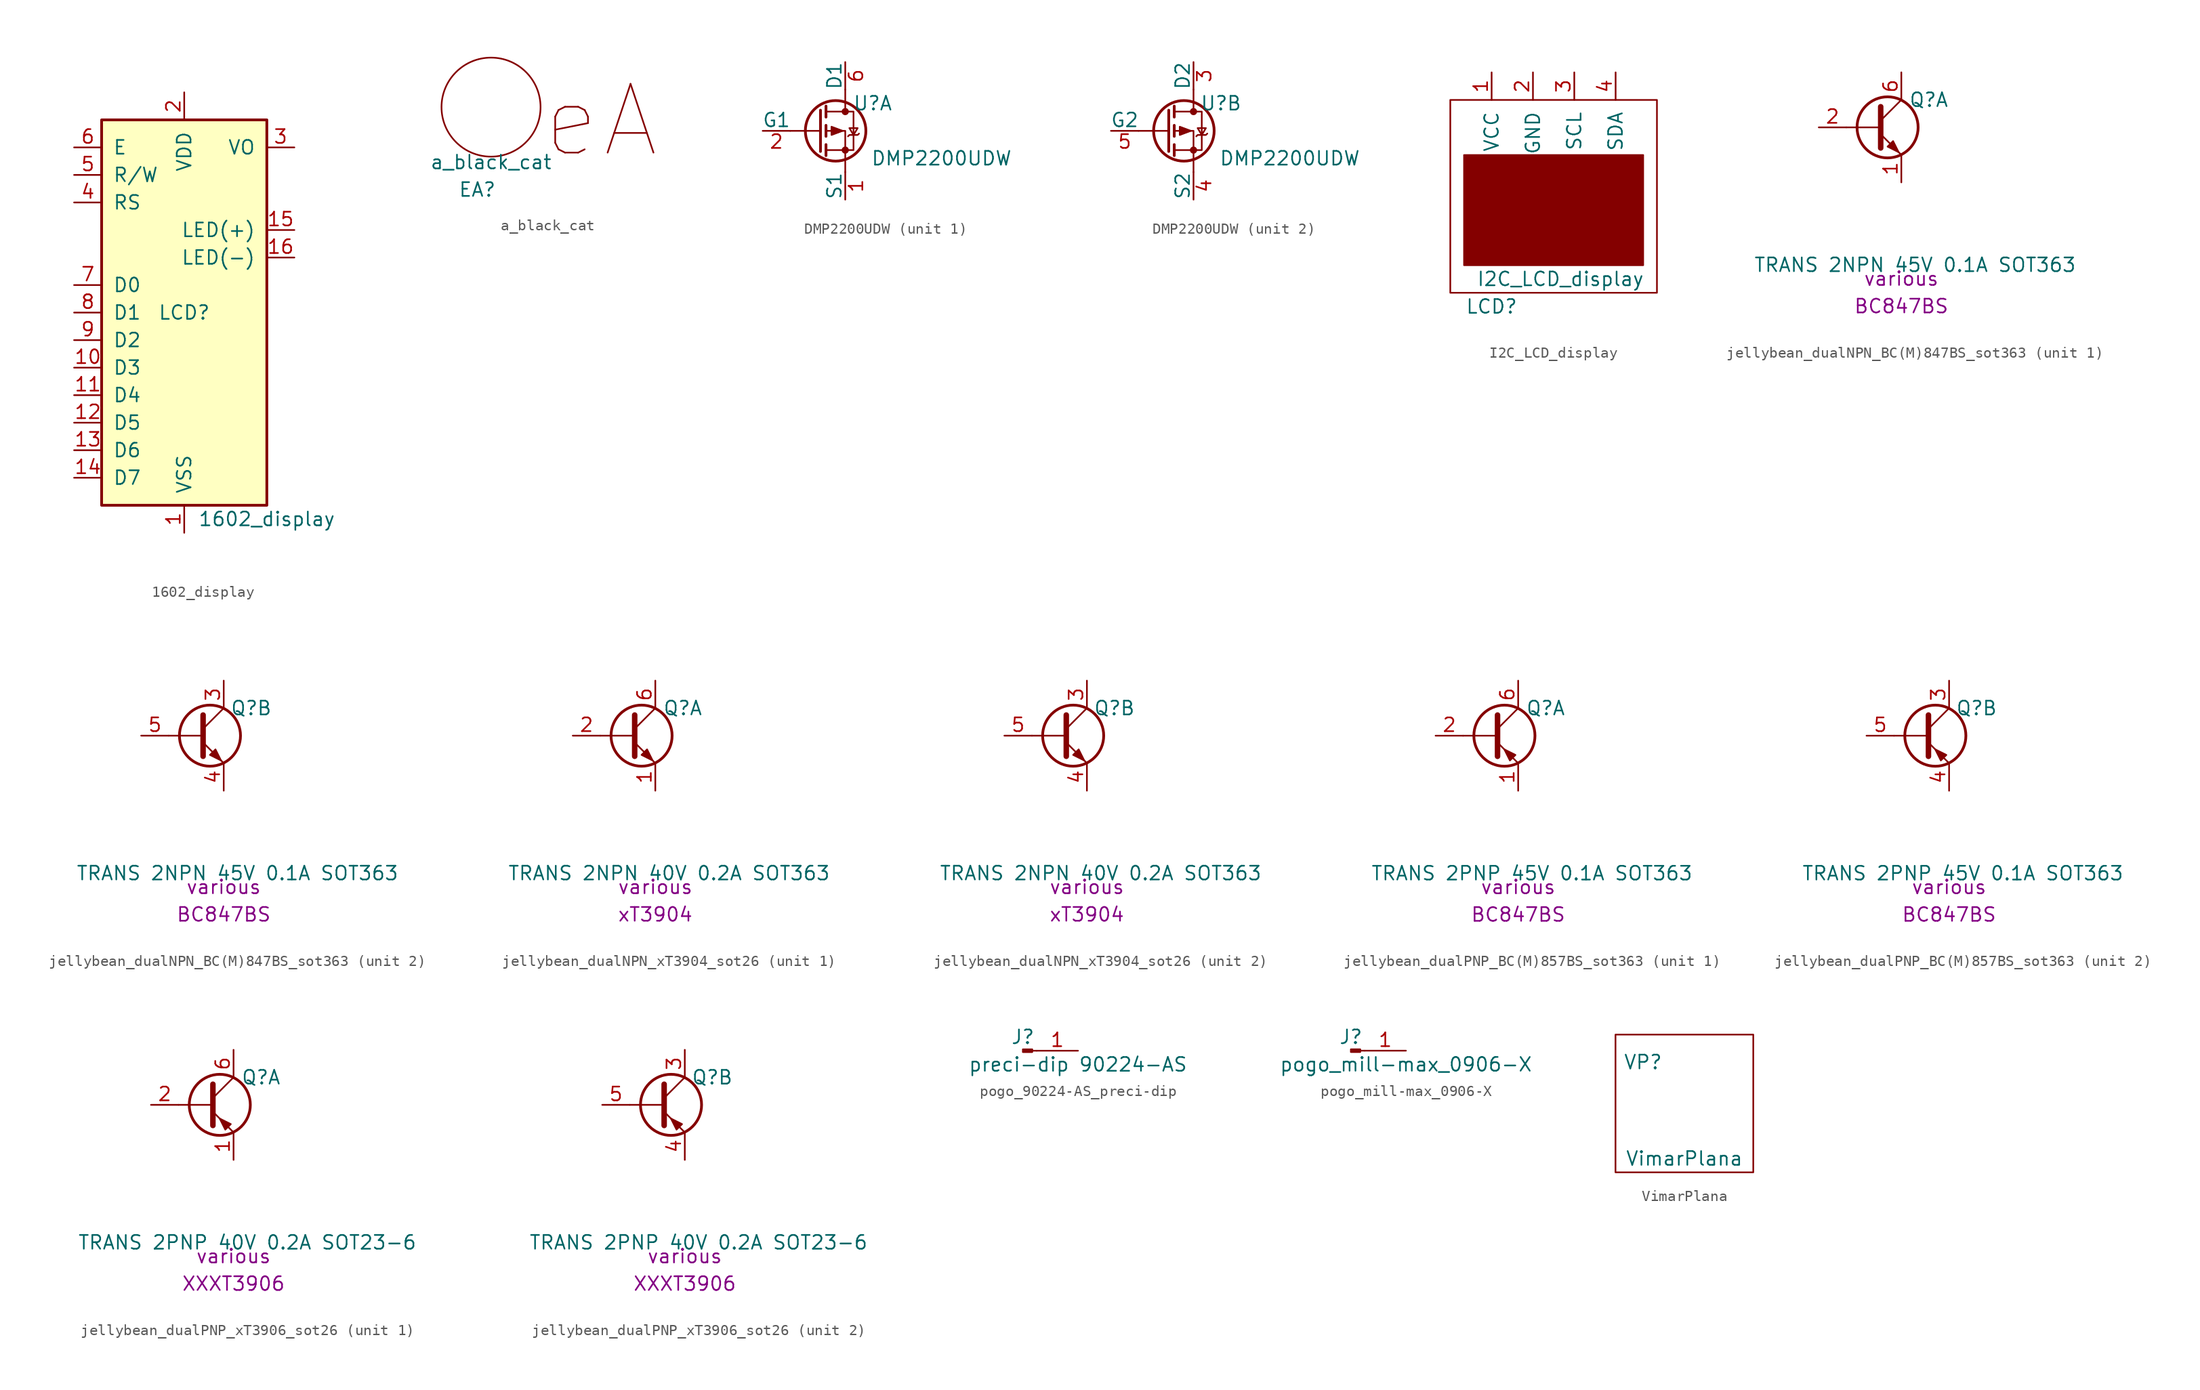
<source format=kicad_sym>
(kicad_symbol_lib
  (version 20220914)
  (generator kicad_symbol_editor)
  (symbol "1602_display"
    (pin_names
      (offset 1.016))
    (property "Reference" "LCD"
      (at 0 0 0)
      (effects (font (size 1.27 1.27))))
    (property "Value" "1602_display"
      (at 7.62 -19.05 0)
      (effects (font (size 1.27 1.27))))
    (symbol "1602_display_1_1"
      (rectangle (start -7.62 17.78) (end 7.62 -17.78) (stroke (width 0.254) (type solid)) (fill (type background)))
      (pin power_in line (at 0 -20.32 90) (length 2.54) (name "VSS" (effects (font (size 1.27 1.27)))) (number "1" (effects (font (size 1.27 1.27)))))
      (pin input line (at -10.16 -5.08 0) (length 2.54) (name "D3" (effects (font (size 1.27 1.27)))) (number "10" (effects (font (size 1.27 1.27)))))
      (pin input line (at -10.16 -7.62 0) (length 2.54) (name "D4" (effects (font (size 1.27 1.27)))) (number "11" (effects (font (size 1.27 1.27)))))
      (pin input line (at -10.16 -10.16 0) (length 2.54) (name "D5" (effects (font (size 1.27 1.27)))) (number "12" (effects (font (size 1.27 1.27)))))
      (pin input line (at -10.16 -12.7 0) (length 2.54) (name "D6" (effects (font (size 1.27 1.27)))) (number "13" (effects (font (size 1.27 1.27)))))
      (pin input line (at -10.16 -15.24 0) (length 2.54) (name "D7" (effects (font (size 1.27 1.27)))) (number "14" (effects (font (size 1.27 1.27)))))
      (pin power_in line (at 10.16 7.62 180) (length 2.54) (name "LED(+)" (effects (font (size 1.27 1.27)))) (number "15" (effects (font (size 1.27 1.27)))))
      (pin power_in line (at 10.16 5.08 180) (length 2.54) (name "LED(-)" (effects (font (size 1.27 1.27)))) (number "16" (effects (font (size 1.27 1.27)))))
      (pin power_in line (at 0 20.32 270) (length 2.54) (name "VDD" (effects (font (size 1.27 1.27)))) (number "2" (effects (font (size 1.27 1.27)))))
      (pin input line (at 10.16 15.24 180) (length 2.54) (name "VO" (effects (font (size 1.27 1.27)))) (number "3" (effects (font (size 1.27 1.27)))))
      (pin input line (at -10.16 10.16 0) (length 2.54) (name "RS" (effects (font (size 1.27 1.27)))) (number "4" (effects (font (size 1.27 1.27)))))
      (pin input line (at -10.16 12.7 0) (length 2.54) (name "R/W" (effects (font (size 1.27 1.27)))) (number "5" (effects (font (size 1.27 1.27)))))
      (pin input line (at -10.16 15.24 0) (length 2.54) (name "E" (effects (font (size 1.27 1.27)))) (number "6" (effects (font (size 1.27 1.27)))))
      (pin input line (at -10.16 2.54 0) (length 2.54) (name "D0" (effects (font (size 1.27 1.27)))) (number "7" (effects (font (size 1.27 1.27)))))
      (pin input line (at -10.16 0 0) (length 2.54) (name "D1" (effects (font (size 1.27 1.27)))) (number "8" (effects (font (size 1.27 1.27)))))
      (pin input line (at -10.16 -2.54 0) (length 2.54) (name "D2" (effects (font (size 1.27 1.27)))) (number "9" (effects (font (size 1.27 1.27)))))))
  (symbol "a_black_cat"
    (pin_names
      (offset 1.016))
    (property "Reference" "EA"
      (at -1.27 -7.62 0)
      (effects (font (size 1.27 1.27))))
    (property "Value" "a_black_cat"
      (at 0 -5.08 0)
      (effects (font (size 1.27 1.27))))
    (symbol "a_black_cat_0_0"
      (text "eA" (at 10.16 -1.27 0) (effects (font (size 6.35 6.35)))))
    (symbol "a_black_cat_0_1"
      (circle (center 0 0) (radius 4.572) (stroke (width 0) (type solid)) (fill (type none)))))
  (symbol "DMP2200UDW"
    (pin_names
      (offset 0))
    (property "Reference" "U"
      (at 2.54 2.54 0)
      (effects (font (size 1.27 1.27))))
    (property "Value" "DMP2200UDW"
      (at 8.89 -2.54 0)
      (effects (font (size 1.27 1.27))))
    (property "ki_locked" ""
      (at 0 0 0)
      (effects (font (size 1.27 1.27))))
    (symbol "DMP2200UDW_0_1"
      (circle (center -0.889 0) (radius 2.794) (stroke (width 0.254) (type default)) (fill (type none)))
      (circle (center 0 -1.778) (radius 0.254) (stroke (width 0) (type default)) (fill (type outline)))
      (polyline (pts (xy -2.286 0) (xy -5.08 0)) (stroke (width 0) (type default)) (fill (type none)))
      (polyline (pts (xy -2.286 1.905) (xy -2.286 -1.905)) (stroke (width 0.254) (type default)) (fill (type none)))
      (polyline (pts (xy -1.778 -1.27) (xy -1.778 -2.286)) (stroke (width 0.254) (type default)) (fill (type none)))
      (polyline (pts (xy -1.778 0.508) (xy -1.778 -0.508)) (stroke (width 0.254) (type default)) (fill (type none)))
      (polyline (pts (xy -1.778 2.286) (xy -1.778 1.27)) (stroke (width 0.254) (type default)) (fill (type none)))
      (polyline (pts (xy 0 3.81) (xy 0 1.778)) (stroke (width 0) (type default)) (fill (type none)))
      (polyline (pts (xy 0 -3.81) (xy 0 0) (xy -1.778 0)) (stroke (width 0) (type default)) (fill (type none)))
      (polyline (pts (xy -1.778 1.778) (xy 0.762 1.778) (xy 0.762 -1.778) (xy -1.778 -1.778)) (stroke (width 0) (type default)) (fill (type none)))
      (polyline (pts (xy -0.254 0) (xy -1.27 0.381) (xy -1.27 -0.381) (xy -0.254 0)) (stroke (width 0) (type default)) (fill (type outline)))
      (polyline (pts (xy 0.254 -0.508) (xy 0.381 -0.381) (xy 1.143 -0.381) (xy 1.27 -0.254)) (stroke (width 0) (type default)) (fill (type none)))
      (polyline (pts (xy 0.762 -0.381) (xy 0.381 0.254) (xy 1.143 0.254) (xy 0.762 -0.381)) (stroke (width 0) (type default)) (fill (type none)))
      (circle (center 0 1.778) (radius 0.254) (stroke (width 0) (type default)) (fill (type outline))))
    (symbol "DMP2200UDW_1_1"
      (pin passive line (at 0 -6.35 90) (length 2.54) (name "S1" (effects (font (size 1.27 1.27)))) (number "1" (effects (font (size 1.27 1.27)))))
      (pin input line (at -7.62 0 0) (length 2.54) (name "G1" (effects (font (size 1.27 1.27)))) (number "2" (effects (font (size 1.27 1.27)))))
      (pin passive line (at 0 6.35 270) (length 2.54) (name "D1" (effects (font (size 1.27 1.27)))) (number "6" (effects (font (size 1.27 1.27))))))
    (symbol "DMP2200UDW_2_1"
      (pin passive line (at 0 6.35 270) (length 2.54) (name "D2" (effects (font (size 1.27 1.27)))) (number "3" (effects (font (size 1.27 1.27)))))
      (pin passive line (at 0 -6.35 90) (length 2.54) (name "S2" (effects (font (size 1.27 1.27)))) (number "4" (effects (font (size 1.27 1.27)))))
      (pin input line (at -7.62 0 0) (length 2.54) (name "G2" (effects (font (size 1.27 1.27)))) (number "5" (effects (font (size 1.27 1.27)))))))
  (symbol "I2C_LCD_display"
    (pin_names
      (offset 1.016))
    (property "Reference" "LCD"
      (at -6.35 -6.35 0)
      (effects (font (size 1.27 1.27))))
    (property "Value" "I2C_LCD_display"
      (at 0 -3.81 0)
      (effects (font (size 1.27 1.27))))
    (symbol "I2C_LCD_display_0_1"
      (rectangle (start -10.16 12.7) (end 8.89 -5.08) (stroke (width 0) (type solid)) (fill (type none)))
      (rectangle (start -8.89 7.62) (end 7.62 -2.54) (stroke (width 0) (type solid)) (fill (type outline))))
    (symbol "I2C_LCD_display_1_1"
      (pin power_in line (at -6.35 15.24 270) (length 2.54) (name "VCC" (effects (font (size 1.27 1.27)))) (number "1" (effects (font (size 1.27 1.27)))))
      (pin bidirectional line (at -2.54 15.24 270) (length 2.54) (name "GND" (effects (font (size 1.27 1.27)))) (number "2" (effects (font (size 1.27 1.27)))))
      (pin input line (at 1.27 15.24 270) (length 2.54) (name "SCL" (effects (font (size 1.27 1.27)))) (number "3" (effects (font (size 1.27 1.27)))))
      (pin bidirectional line (at 5.08 15.24 270) (length 2.54) (name "SDA" (effects (font (size 1.27 1.27)))) (number "4" (effects (font (size 1.27 1.27)))))))
  (symbol "jellybean_dualNPN_BC(M)847BS_sot363"
    (pin_names hide)
    (property "Reference" "Q"
      (at 2.54 2.54 0)
      (effects (font (size 1.27 1.27))))
    (property "Value" "TRANS 2NPN 45V 0.1A SOT363"
      (at 1.27 -12.7 0)
      (effects (font (size 1.27 1.27))))
    (property "Manufacturer" "various"
      (at 0 -13.97 0)
      (effects (font (size 1.27 1.27))))
    (property "Manufacturer Part Number" "BC847BS"
      (at 0 -16.51 0)
      (effects (font (size 1.27 1.27))))
    (symbol "jellybean_dualNPN_BC(M)847BS_sot363_0_1"
      (circle (center -1.27 0) (radius 2.819) (stroke (width 0.254) (type default)) (fill (type none)))
      (polyline (pts (xy -1.905 0) (xy -5.08 0)) (stroke (width 0) (type default)) (fill (type none)))
      (polyline (pts (xy -1.905 0.635) (xy 0 2.54)) (stroke (width 0) (type default)) (fill (type none)))
      (polyline (pts (xy -1.905 -0.635) (xy 0 -2.54) (xy 0 -2.54)) (stroke (width 0) (type default)) (fill (type none)))
      (polyline (pts (xy -1.905 1.905) (xy -1.905 -1.905) (xy -1.905 -1.905)) (stroke (width 0.508) (type default)) (fill (type none)))
      (polyline (pts (xy -1.27 -1.778) (xy -0.762 -1.27) (xy -0.254 -2.286) (xy -1.27 -1.778) (xy -1.27 -1.778)) (stroke (width 0) (type default)) (fill (type outline))))
    (symbol "jellybean_dualNPN_BC(M)847BS_sot363_1_1"
      (pin passive line (at 0 -5.08 90) (length 2.54) (name "E1" (effects (font (size 1.27 1.27)))) (number "1" (effects (font (size 1.27 1.27)))))
      (pin input line (at -7.62 0 0) (length 2.54) (name "B1" (effects (font (size 1.27 1.27)))) (number "2" (effects (font (size 1.27 1.27)))))
      (pin passive line (at 0 5.08 270) (length 2.54) (name "C1" (effects (font (size 1.27 1.27)))) (number "6" (effects (font (size 1.27 1.27))))))
    (symbol "jellybean_dualNPN_BC(M)847BS_sot363_2_0"
      (pin passive line (at 0 5.08 270) (length 2.54) (name "C2" (effects (font (size 1.27 1.27)))) (number "3" (effects (font (size 1.27 1.27)))))
      (pin passive line (at 0 -5.08 90) (length 2.54) (name "E2" (effects (font (size 1.27 1.27)))) (number "4" (effects (font (size 1.27 1.27)))))
      (pin input line (at -7.62 0 0) (length 2.54) (name "B2" (effects (font (size 1.27 1.27)))) (number "5" (effects (font (size 1.27 1.27)))))))
  (symbol "jellybean_dualNPN_xT3904_sot26"
    (pin_names hide)
    (property "Reference" "Q"
      (at 2.54 2.54 0)
      (effects (font (size 1.27 1.27))))
    (property "Value" "TRANS 2NPN 40V 0.2A SOT363"
      (at 1.27 -12.7 0)
      (effects (font (size 1.27 1.27))))
    (property "Manufacturer" "various"
      (at 0 -13.97 0)
      (effects (font (size 1.27 1.27))))
    (property "Manufacturer Part Number" "xT3904"
      (at 0 -16.51 0)
      (effects (font (size 1.27 1.27))))
    (symbol "jellybean_dualNPN_xT3904_sot26_0_1"
      (circle (center -1.27 0) (radius 2.819) (stroke (width 0.254) (type default)) (fill (type none)))
      (polyline (pts (xy -1.905 0) (xy -5.08 0)) (stroke (width 0) (type default)) (fill (type none)))
      (polyline (pts (xy -1.905 0.635) (xy 0 2.54)) (stroke (width 0) (type default)) (fill (type none)))
      (polyline (pts (xy -1.905 -0.635) (xy 0 -2.54) (xy 0 -2.54)) (stroke (width 0) (type default)) (fill (type none)))
      (polyline (pts (xy -1.905 1.905) (xy -1.905 -1.905) (xy -1.905 -1.905)) (stroke (width 0.508) (type default)) (fill (type none)))
      (polyline (pts (xy -1.27 -1.778) (xy -0.762 -1.27) (xy -0.254 -2.286) (xy -1.27 -1.778) (xy -1.27 -1.778)) (stroke (width 0) (type default)) (fill (type outline))))
    (symbol "jellybean_dualNPN_xT3904_sot26_1_1"
      (pin passive line (at 0 -5.08 90) (length 2.54) (name "E1" (effects (font (size 1.27 1.27)))) (number "1" (effects (font (size 1.27 1.27)))))
      (pin input line (at -7.62 0 0) (length 2.54) (name "B1" (effects (font (size 1.27 1.27)))) (number "2" (effects (font (size 1.27 1.27)))))
      (pin passive line (at 0 5.08 270) (length 2.54) (name "C1" (effects (font (size 1.27 1.27)))) (number "6" (effects (font (size 1.27 1.27))))))
    (symbol "jellybean_dualNPN_xT3904_sot26_2_0"
      (pin passive line (at 0 5.08 270) (length 2.54) (name "C2" (effects (font (size 1.27 1.27)))) (number "3" (effects (font (size 1.27 1.27)))))
      (pin passive line (at 0 -5.08 90) (length 2.54) (name "E2" (effects (font (size 1.27 1.27)))) (number "4" (effects (font (size 1.27 1.27)))))
      (pin input line (at -7.62 0 0) (length 2.54) (name "B2" (effects (font (size 1.27 1.27)))) (number "5" (effects (font (size 1.27 1.27)))))))
  (symbol "jellybean_dualPNP_BC(M)857BS_sot363"
    (pin_names hide)
    (property "Reference" "Q"
      (at 2.54 2.54 0)
      (effects (font (size 1.27 1.27))))
    (property "Value" "TRANS 2PNP 45V 0.1A SOT363"
      (at 1.27 -12.7 0)
      (effects (font (size 1.27 1.27))))
    (property "Manufacturer" "various"
      (at 0 -13.97 0)
      (effects (font (size 1.27 1.27))))
    (property "Manufacturer Part Number" "BC847BS"
      (at 0 -16.51 0)
      (effects (font (size 1.27 1.27))))
    (symbol "jellybean_dualPNP_BC(M)857BS_sot363_0_1"
      (circle (center -1.27 0) (radius 2.819) (stroke (width 0.254) (type default)) (fill (type none)))
      (polyline (pts (xy -1.905 0) (xy -5.08 0)) (stroke (width 0) (type default)) (fill (type none)))
      (polyline (pts (xy -1.905 0.635) (xy 0 2.54)) (stroke (width 0) (type default)) (fill (type none)))
      (polyline (pts (xy -1.905 -0.635) (xy 0 -2.54) (xy 0 -2.54)) (stroke (width 0) (type default)) (fill (type none)))
      (polyline (pts (xy -1.905 1.905) (xy -1.905 -1.905) (xy -1.905 -1.905)) (stroke (width 0.508) (type default)) (fill (type none)))
      (polyline (pts (xy -0.254 -1.778) (xy -0.762 -2.286) (xy -1.27 -1.27) (xy -0.254 -1.778) (xy -0.254 -1.778)) (stroke (width 0) (type default)) (fill (type outline))))
    (symbol "jellybean_dualPNP_BC(M)857BS_sot363_1_1"
      (pin passive line (at 0 -5.08 90) (length 2.54) (name "E1" (effects (font (size 1.27 1.27)))) (number "1" (effects (font (size 1.27 1.27)))))
      (pin input line (at -7.62 0 0) (length 2.54) (name "B1" (effects (font (size 1.27 1.27)))) (number "2" (effects (font (size 1.27 1.27)))))
      (pin passive line (at 0 5.08 270) (length 2.54) (name "C1" (effects (font (size 1.27 1.27)))) (number "6" (effects (font (size 1.27 1.27))))))
    (symbol "jellybean_dualPNP_BC(M)857BS_sot363_2_0"
      (pin passive line (at 0 5.08 270) (length 2.54) (name "C2" (effects (font (size 1.27 1.27)))) (number "3" (effects (font (size 1.27 1.27)))))
      (pin passive line (at 0 -5.08 90) (length 2.54) (name "E2" (effects (font (size 1.27 1.27)))) (number "4" (effects (font (size 1.27 1.27)))))
      (pin input line (at -7.62 0 0) (length 2.54) (name "B2" (effects (font (size 1.27 1.27)))) (number "5" (effects (font (size 1.27 1.27)))))))
  (symbol "jellybean_dualPNP_xT3906_sot26"
    (pin_names hide)
    (property "Reference" "Q"
      (at 2.54 2.54 0)
      (effects (font (size 1.27 1.27))))
    (property "Value" "TRANS 2PNP 40V 0.2A SOT23-6"
      (at 1.27 -12.7 0)
      (effects (font (size 1.27 1.27))))
    (property "Manufacturer" "various"
      (at 0 -13.97 0)
      (effects (font (size 1.27 1.27))))
    (property "Manufacturer Part Number" "XXXT3906"
      (at 0 -16.51 0)
      (effects (font (size 1.27 1.27))))
    (symbol "jellybean_dualPNP_xT3906_sot26_0_1"
      (circle (center -1.27 0) (radius 2.819) (stroke (width 0.254) (type default)) (fill (type none)))
      (polyline (pts (xy -1.905 0) (xy -5.08 0)) (stroke (width 0) (type default)) (fill (type none)))
      (polyline (pts (xy -1.905 0.635) (xy 0 2.54)) (stroke (width 0) (type default)) (fill (type none)))
      (polyline (pts (xy -1.905 -0.635) (xy 0 -2.54) (xy 0 -2.54)) (stroke (width 0) (type default)) (fill (type none)))
      (polyline (pts (xy -1.905 1.905) (xy -1.905 -1.905) (xy -1.905 -1.905)) (stroke (width 0.508) (type default)) (fill (type none)))
      (polyline (pts (xy -0.254 -1.778) (xy -0.762 -2.286) (xy -1.27 -1.27) (xy -0.254 -1.778) (xy -0.254 -1.778)) (stroke (width 0) (type default)) (fill (type outline))))
    (symbol "jellybean_dualPNP_xT3906_sot26_1_1"
      (pin passive line (at 0 -5.08 90) (length 2.54) (name "E1" (effects (font (size 1.27 1.27)))) (number "1" (effects (font (size 1.27 1.27)))))
      (pin input line (at -7.62 0 0) (length 2.54) (name "B1" (effects (font (size 1.27 1.27)))) (number "2" (effects (font (size 1.27 1.27)))))
      (pin passive line (at 0 5.08 270) (length 2.54) (name "C1" (effects (font (size 1.27 1.27)))) (number "6" (effects (font (size 1.27 1.27))))))
    (symbol "jellybean_dualPNP_xT3906_sot26_2_0"
      (pin passive line (at 0 5.08 270) (length 2.54) (name "C2" (effects (font (size 1.27 1.27)))) (number "3" (effects (font (size 1.27 1.27)))))
      (pin passive line (at 0 -5.08 90) (length 2.54) (name "E2" (effects (font (size 1.27 1.27)))) (number "4" (effects (font (size 1.27 1.27)))))
      (pin input line (at -7.62 0 0) (length 2.54) (name "B2" (effects (font (size 1.27 1.27)))) (number "5" (effects (font (size 1.27 1.27)))))))
  (symbol "pogo_90224-AS_preci-dip"
    (pin_names hide)
    (property "Reference" "J"
      (at 0 1.27 0)
      (effects (font (size 1.27 1.27))))
    (property "Value" "preci-dip 90224-AS"
      (at 5.08 -1.27 0)
      (effects (font (size 1.27 1.27))))
    (symbol "pogo_90224-AS_preci-dip_1_1"
      (polyline (pts (xy 1.27 0) (xy 0.864 0)) (stroke (width 0.152) (type default)) (fill (type none)))
      (rectangle (start 0 0.127) (end 0.864 -0.127) (stroke (width 0.152) (type default)) (fill (type outline)))
      (pin passive line (at 5.08 0 180) (length 3.81) (name "Pin_1" (effects (font (size 1.27 1.27)))) (number "1" (effects (font (size 1.27 1.27)))))))
  (symbol "pogo_mill-max_0906-X"
    (pin_names hide)
    (property "Reference" "J"
      (at 0 1.27 0)
      (effects (font (size 1.27 1.27))))
    (property "Value" "pogo_mill-max_0906-X"
      (at 5.08 -1.27 0)
      (effects (font (size 1.27 1.27))))
    (symbol "pogo_mill-max_0906-X_1_1"
      (polyline (pts (xy 1.27 0) (xy 0.864 0)) (stroke (width 0.152) (type default)) (fill (type none)))
      (rectangle (start 0 0.127) (end 0.864 -0.127) (stroke (width 0.152) (type default)) (fill (type outline)))
      (pin passive line (at 5.08 0 180) (length 3.81) (name "Pin_1" (effects (font (size 1.27 1.27)))) (number "1" (effects (font (size 1.27 1.27)))))))
  (symbol "VimarPlana"
    (pin_names
      (offset 1.016))
    (property "Reference" "VP"
      (at 2.54 10.16 0)
      (effects (font (size 1.27 1.27))))
    (property "Value" "VimarPlana"
      (at 6.35 1.27 0)
      (effects (font (size 1.27 1.27))))
    (symbol "VimarPlana_0_1"
      (rectangle (start 0 12.7) (end 12.7 0) (stroke (width 0) (type solid)) (fill (type none))))))
</source>
